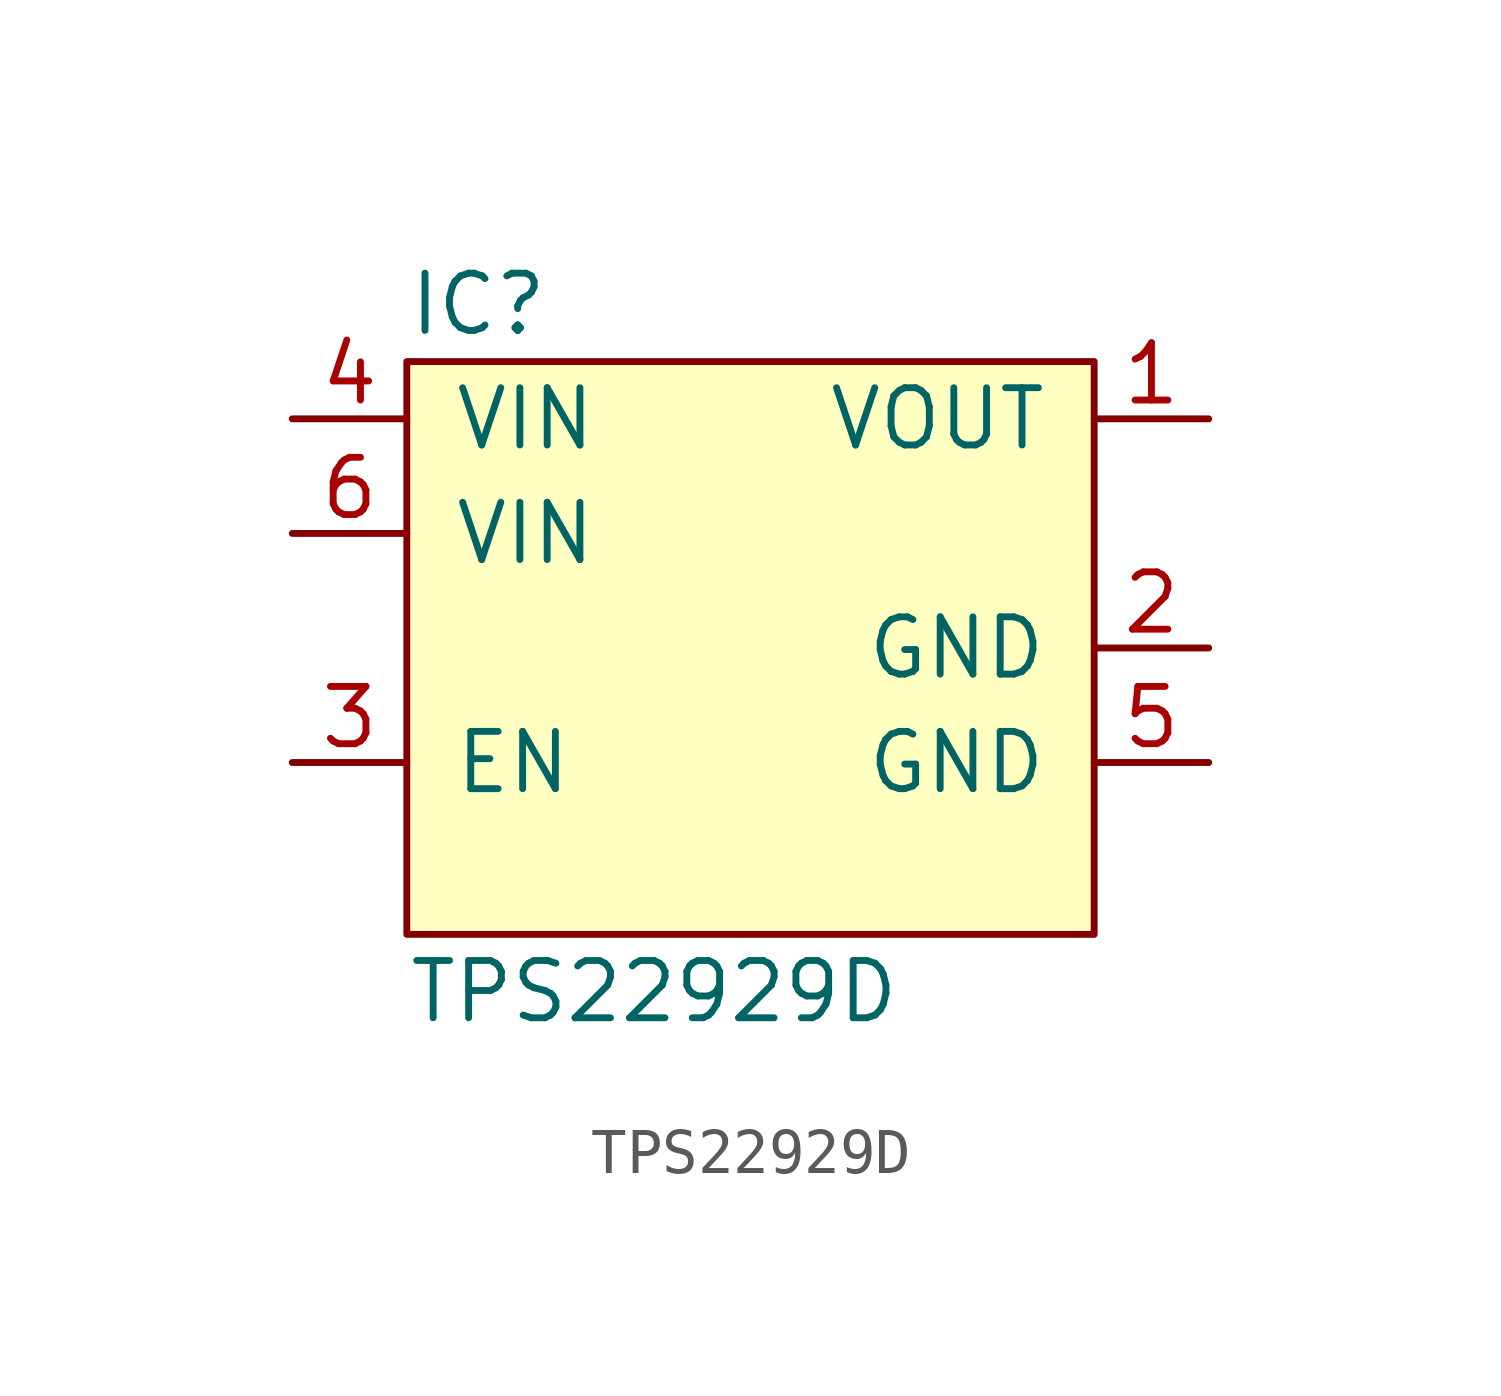
<source format=kicad_sym>
(kicad_symbol_lib
  (version 20211014)
  (generator agg_kicad.build_lib_ic)
  (symbol "TPS22929D"
    (pin_names
      (offset 1.016))
    (property Reference IC
      (at -7.62 7.62 0)
      (effects (font (size 1.27 1.27)) (justify left)))
    (property Value "TPS22929D"
      (at -7.62 -7.62 0)
      (effects (font (size 1.27 1.27)) (justify left)))
    (symbol "TPS22929D_0_0"
      (rectangle (start -7.62 6.35) (end 7.62 -6.35) (stroke (width 0) (type default) (color 0 0 0 0)) (fill (type background)))
      (pin power_in line (at -10.16 5.08 0) (length 2.54) (name VIN (effects (font (size 1.27 1.27)))) (number "4" (effects (font (size 1.27 1.27)))))
      (pin power_in line (at -10.16 2.54 0) (length 2.54) (name VIN (effects (font (size 1.27 1.27)))) (number "6" (effects (font (size 1.27 1.27)))))
      (pin input line (at -10.16 -2.54 0) (length 2.54) (name EN (effects (font (size 1.27 1.27)))) (number "3" (effects (font (size 1.27 1.27)))))
      (pin power_in line (at 10.16 5.08 180) (length 2.54) (name VOUT (effects (font (size 1.27 1.27)))) (number "1" (effects (font (size 1.27 1.27)))))
      (pin power_in line (at 10.16 0 180) (length 2.54) (name GND (effects (font (size 1.27 1.27)))) (number "2" (effects (font (size 1.27 1.27)))))
      (pin power_in line (at 10.16 -2.54 180) (length 2.54) (name GND (effects (font (size 1.27 1.27)))) (number "5" (effects (font (size 1.27 1.27))))))))
</source>
